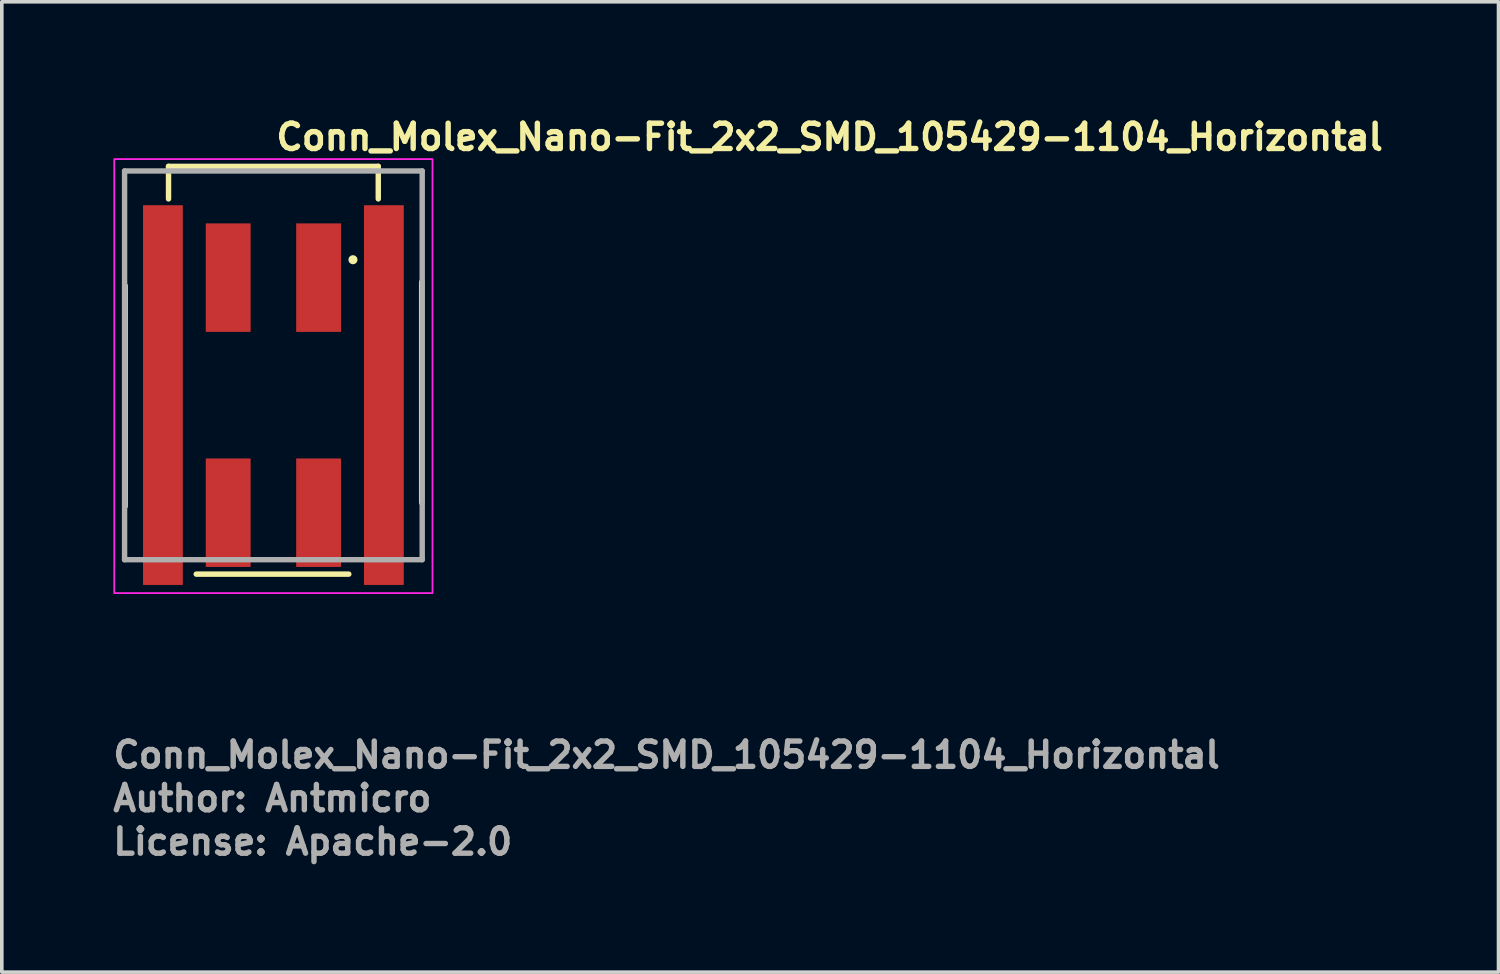
<source format=kicad_pcb>
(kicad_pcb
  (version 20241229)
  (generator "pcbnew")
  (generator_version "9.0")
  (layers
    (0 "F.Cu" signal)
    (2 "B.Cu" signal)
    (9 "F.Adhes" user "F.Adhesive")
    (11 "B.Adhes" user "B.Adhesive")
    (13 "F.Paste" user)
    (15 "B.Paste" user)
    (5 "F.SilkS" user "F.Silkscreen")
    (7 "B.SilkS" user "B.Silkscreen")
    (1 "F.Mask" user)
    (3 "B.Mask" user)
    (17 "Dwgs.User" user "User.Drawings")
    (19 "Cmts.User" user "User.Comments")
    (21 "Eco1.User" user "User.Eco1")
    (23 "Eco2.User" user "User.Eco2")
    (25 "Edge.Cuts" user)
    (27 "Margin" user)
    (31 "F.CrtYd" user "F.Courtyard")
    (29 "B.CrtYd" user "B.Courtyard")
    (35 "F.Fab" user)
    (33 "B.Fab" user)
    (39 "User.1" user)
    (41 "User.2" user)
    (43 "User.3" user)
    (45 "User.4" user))
  (footprint "Conn_Molex_Nano-Fit_2x2_SMD_105429-1104_Horizontal"
    (layer "F.Cu")
    (at 4.51 7.85)
    (property "Reference" "Conn_Molex_Nano-Fit_2x2_SMD_105429-1104_Horizontal" (at 0 -6.7 0) (layer "F.SilkS") (effects (font (size 0.7 0.7) (thickness 0.15)) (justify left bottom)))
    (attr smd)
    (fp_line (start -4.1 3.1) (end -4.1 -3) (stroke (width 0.15) (type solid)) (layer "F.SilkS"))
    (fp_line (start -2.9 -6.3) (end -2.9 -5.4) (stroke (width 0.15) (type solid)) (layer "F.SilkS"))
    (fp_line (start 2.085 4.976) (end -2.134 4.976) (stroke (width 0.15) (type solid)) (layer "F.SilkS"))
    (fp_line (start 2.9 -6.3) (end -2.9 -6.3) (stroke (width 0.15) (type solid)) (layer "F.SilkS"))
    (fp_line (start 2.9 -6.3) (end 2.9 -5.4) (stroke (width 0.15) (type solid)) (layer "F.SilkS"))
    (fp_line (start 4.1 -3.1) (end 4.1 3) (stroke (width 0.15) (type solid)) (layer "F.SilkS"))
    (fp_circle (center 2.2 -3.718) (end 2.25 -3.718) (stroke (width 0.15) (type solid)) (fill yes) (layer "F.SilkS"))
    (fp_rect (start -4.4 -6.5) (end 4.4 5.5) (stroke (width 0.05) (type solid)) (fill no) (layer "F.CrtYd"))
    (fp_line (start -4.115 -6.172) (end 4.115 -6.172) (stroke (width 0.15) (type solid)) (layer "F.Fab"))
    (fp_line (start -4.115 4.577) (end -4.115 -6.172) (stroke (width 0.15) (type solid)) (layer "F.Fab"))
    (fp_line (start 4.115 -6.172) (end 4.115 4.577) (stroke (width 0.15) (type solid)) (layer "F.Fab"))
    (fp_line (start 4.115 4.577) (end -4.115 4.577) (stroke (width 0.15) (type solid)) (layer "F.Fab"))
    (fp_rect (start -4.115 -6.198) (end 4.115 5.251) (stroke (width 0.1) (type solid)) (fill no) (layer "User.5"))
    (fp_line (start -4.115 -2.988) (end -4.115 -1.737) (stroke (width 0.02) (type solid)) (layer "User.9"))
    (fp_line (start -4.115 -1.737) (end -3 -1.737) (stroke (width 0.02) (type solid)) (layer "User.9"))
    (fp_line (start -4.115 1.742) (end -4.115 -1.737) (stroke (width 0.02) (type solid)) (layer "User.9"))
    (fp_line (start -4.115 1.742) (end -3 1.742) (stroke (width 0.02) (type solid)) (layer "User.9"))
    (fp_line (start -4.115 2.992) (end -4.115 1.742) (stroke (width 0.02) (type solid)) (layer "User.9"))
    (fp_line (start -3.605 -5.248) (end -2.799 -5.248) (stroke (width 0.02) (type solid)) (layer "User.9"))
    (fp_line (start -3.605 -2.988) (end -3.605 -5.248) (stroke (width 0.02) (type solid)) (layer "User.9"))
    (fp_line (start -3.605 5.251) (end -3.605 2.992) (stroke (width 0.02) (type solid)) (layer "User.9"))
    (fp_line (start -3.305 -4.548) (end -3.305 -4.348) (stroke (width 0.02) (type solid)) (layer "User.9"))
    (fp_line (start -3.305 -4.548) (end -2.805 -4.548) (stroke (width 0.02) (type solid)) (layer "User.9"))
    (fp_line (start -3.305 -4.348) (end -3.305 -2.988) (stroke (width 0.02) (type solid)) (layer "User.9"))
    (fp_line (start -3.305 2.992) (end -3.305 4.352) (stroke (width 0.02) (type solid)) (layer "User.9"))
    (fp_line (start -3.305 4.352) (end -3.305 4.551) (stroke (width 0.02) (type solid)) (layer "User.9"))
    (fp_line (start -3.305 4.551) (end -2.805 4.551) (stroke (width 0.02) (type solid)) (layer "User.9"))
    (fp_line (start -3 -2.988) (end -4.115 -2.988) (stroke (width 0.02) (type solid)) (layer "User.9"))
    (fp_line (start -3 -2.988) (end -2.799 -2.988) (stroke (width 0.02) (type solid)) (layer "User.9"))
    (fp_line (start -3 -1.737) (end -3 -2.988) (stroke (width 0.02) (type solid)) (layer "User.9"))
    (fp_line (start -3 2.992) (end -4.115 2.992) (stroke (width 0.02) (type solid)) (layer "User.9"))
    (fp_line (start -3 2.992) (end -3 1.742) (stroke (width 0.02) (type solid)) (layer "User.9"))
    (fp_line (start -3 2.992) (end 3 2.992) (stroke (width 0.02) (type solid)) (layer "User.9"))
    (fp_line (start -2.805 -4.548) (end -2.805 -4.348) (stroke (width 0.02) (type solid)) (layer "User.9"))
    (fp_line (start -2.805 -4.348) (end -2.805 -2.988) (stroke (width 0.02) (type solid)) (layer "User.9"))
    (fp_line (start -2.805 2.992) (end -2.805 4.352) (stroke (width 0.02) (type solid)) (layer "User.9"))
    (fp_line (start -2.805 4.352) (end -2.805 4.551) (stroke (width 0.02) (type solid)) (layer "User.9"))
    (fp_line (start -2.799 -6.198) (end -2.799 -4.998) (stroke (width 0.02) (type solid)) (layer "User.9"))
    (fp_line (start -2.799 -6.198) (end 2.799 -6.198) (stroke (width 0.02) (type solid)) (layer "User.9"))
    (fp_line (start -2.799 -4.998) (end -2.799 -3.538) (stroke (width 0.02) (type solid)) (layer "User.9"))
    (fp_line (start -2.799 -4.998) (end -2.3 -4.998) (stroke (width 0.02) (type solid)) (layer "User.9"))
    (fp_line (start -2.799 -3.538) (end -2.799 -2.988) (stroke (width 0.02) (type solid)) (layer "User.9"))
    (fp_line (start -2.799 -3.538) (end -2.3 -3.538) (stroke (width 0.02) (type solid)) (layer "User.9"))
    (fp_line (start -2.505 2.992) (end -2.505 5.251) (stroke (width 0.02) (type solid)) (layer "User.9"))
    (fp_line (start -2.505 5.251) (end -3.605 5.251) (stroke (width 0.02) (type solid)) (layer "User.9"))
    (fp_line (start -2.36 -0.153) (end -2.36 -2.343) (stroke (width 0.02) (type solid)) (layer "User.9"))
    (fp_line (start -2.36 -0.153) (end -0.14 -0.153) (stroke (width 0.02) (type solid)) (layer "User.9"))
    (fp_line (start -2.36 2.347) (end -2.36 0.157) (stroke (width 0.02) (type solid)) (layer "User.9"))
    (fp_line (start -2.3 -3.538) (end -2.3 -4.998) (stroke (width 0.02) (type solid)) (layer "User.9"))
    (fp_line (start -2.3 -2.343) (end -2.36 -2.343) (stroke (width 0.02) (type solid)) (layer "User.9"))
    (fp_line (start -2.3 -2.343) (end -2.3 -3.538) (stroke (width 0.02) (type solid)) (layer "User.9"))
    (fp_line (start -1.87 -4.748) (end -0.63 -4.748) (stroke (width 0.02) (type solid)) (layer "User.9"))
    (fp_line (start -1.87 -2.988) (end -1.87 -4.748) (stroke (width 0.02) (type solid)) (layer "User.9"))
    (fp_line (start -1.87 4.751) (end -1.87 2.992) (stroke (width 0.02) (type solid)) (layer "User.9"))
    (fp_line (start -1.567 -4.248) (end -1.567 -4.047) (stroke (width 0.02) (type solid)) (layer "User.9"))
    (fp_line (start -1.567 -4.248) (end -0.932 -4.248) (stroke (width 0.02) (type solid)) (layer "User.9"))
    (fp_line (start -1.567 -4.047) (end -1.567 -2.988) (stroke (width 0.02) (type solid)) (layer "User.9"))
    (fp_line (start -1.567 -1.57) (end -1.417 -1.37) (stroke (width 0.02) (type solid)) (layer "User.9"))
    (fp_line (start -1.567 -1.57) (end -0.932 -1.57) (stroke (width 0.02) (type solid)) (layer "User.9"))
    (fp_line (start -1.567 -0.93) (end -1.567 -1.57) (stroke (width 0.02) (type solid)) (layer "User.9"))
    (fp_line (start -1.567 -0.93) (end -0.932 -0.93) (stroke (width 0.02) (type solid)) (layer "User.9"))
    (fp_line (start -1.567 0.934) (end -1.417 1.134) (stroke (width 0.02) (type solid)) (layer "User.9"))
    (fp_line (start -1.567 0.934) (end -0.932 0.934) (stroke (width 0.02) (type solid)) (layer "User.9"))
    (fp_line (start -1.567 1.574) (end -1.567 0.934) (stroke (width 0.02) (type solid)) (layer "User.9"))
    (fp_line (start -1.567 1.574) (end -0.932 1.574) (stroke (width 0.02) (type solid)) (layer "User.9"))
    (fp_line (start -1.567 2.992) (end -1.567 4.051) (stroke (width 0.02) (type solid)) (layer "User.9"))
    (fp_line (start -1.567 4.051) (end -1.567 4.252) (stroke (width 0.02) (type solid)) (layer "User.9"))
    (fp_line (start -1.567 4.252) (end -0.932 4.252) (stroke (width 0.02) (type solid)) (layer "User.9"))
    (fp_line (start -1.417 -1.37) (end -1.082 -1.37) (stroke (width 0.02) (type solid)) (layer "User.9"))
    (fp_line (start -1.417 -1.13) (end -1.567 -0.93) (stroke (width 0.02) (type solid)) (layer "User.9"))
    (fp_line (start -1.417 -1.13) (end -1.417 -1.37) (stroke (width 0.02) (type solid)) (layer "User.9"))
    (fp_line (start -1.417 -1.13) (end -1.082 -1.13) (stroke (width 0.02) (type solid)) (layer "User.9"))
    (fp_line (start -1.417 1.134) (end -1.082 1.134) (stroke (width 0.02) (type solid)) (layer "User.9"))
    (fp_line (start -1.417 1.374) (end -1.567 1.574) (stroke (width 0.02) (type solid)) (layer "User.9"))
    (fp_line (start -1.417 1.374) (end -1.417 1.134) (stroke (width 0.02) (type solid)) (layer "User.9"))
    (fp_line (start -1.417 1.374) (end -1.082 1.374) (stroke (width 0.02) (type solid)) (layer "User.9"))
    (fp_line (start -1.33 -2.643) (end 1.33 -2.643) (stroke (width 0.02) (type solid)) (layer "User.9"))
    (fp_line (start -1.33 -2.343) (end -1.33 -2.643) (stroke (width 0.02) (type solid)) (layer "User.9"))
    (fp_line (start -1.082 -1.37) (end -1.082 -1.13) (stroke (width 0.02) (type solid)) (layer "User.9"))
    (fp_line (start -1.082 -1.37) (end -0.932 -1.57) (stroke (width 0.02) (type solid)) (layer "User.9"))
    (fp_line (start -1.082 1.134) (end -1.082 1.374) (stroke (width 0.02) (type solid)) (layer "User.9"))
    (fp_line (start -1.082 1.134) (end -0.932 0.934) (stroke (width 0.02) (type solid)) (layer "User.9"))
    (fp_line (start -0.932 -4.248) (end -0.932 -4.047) (stroke (width 0.02) (type solid)) (layer "User.9"))
    (fp_line (start -0.932 -4.047) (end -0.932 -2.988) (stroke (width 0.02) (type solid)) (layer "User.9"))
    (fp_line (start -0.932 -1.57) (end -0.932 -0.93) (stroke (width 0.02) (type solid)) (layer "User.9"))
    (fp_line (start -0.932 -0.93) (end -1.082 -1.13) (stroke (width 0.02) (type solid)) (layer "User.9"))
    (fp_line (start -0.932 0.934) (end -0.932 1.574) (stroke (width 0.02) (type solid)) (layer "User.9"))
    (fp_line (start -0.932 1.574) (end -1.082 1.374) (stroke (width 0.02) (type solid)) (layer "User.9"))
    (fp_line (start -0.932 2.992) (end -0.932 4.051) (stroke (width 0.02) (type solid)) (layer "User.9"))
    (fp_line (start -0.932 4.051) (end -0.932 4.252) (stroke (width 0.02) (type solid)) (layer "User.9"))
    (fp_line (start -0.63 -4.748) (end -0.63 -2.988) (stroke (width 0.02) (type solid)) (layer "User.9"))
    (fp_line (start -0.63 2.992) (end -0.63 4.751) (stroke (width 0.02) (type solid)) (layer "User.9"))
    (fp_line (start -0.63 4.751) (end -1.87 4.751) (stroke (width 0.02) (type solid)) (layer "User.9"))
    (fp_line (start -0.14 -2.343) (end -1.33 -2.343) (stroke (width 0.02) (type solid)) (layer "User.9"))
    (fp_line (start -0.14 -0.153) (end -0.14 -2.343) (stroke (width 0.02) (type solid)) (layer "User.9"))
    (fp_line (start -0.14 0.157) (end -2.36 0.157) (stroke (width 0.02) (type solid)) (layer "User.9"))
    (fp_line (start -0.14 2.347) (end -2.36 2.347) (stroke (width 0.02) (type solid)) (layer "User.9"))
    (fp_line (start -0.14 2.347) (end -0.14 0.157) (stroke (width 0.02) (type solid)) (layer "User.9"))
    (fp_line (start 0.14 -0.153) (end 0.14 -2.343) (stroke (width 0.02) (type solid)) (layer "User.9"))
    (fp_line (start 0.14 2.347) (end 0.14 0.157) (stroke (width 0.02) (type solid)) (layer "User.9"))
    (fp_line (start 0.63 -4.748) (end 1.87 -4.748) (stroke (width 0.02) (type solid)) (layer "User.9"))
    (fp_line (start 0.63 -2.988) (end 0.63 -4.748) (stroke (width 0.02) (type solid)) (layer "User.9"))
    (fp_line (start 0.63 4.751) (end 0.63 2.992) (stroke (width 0.02) (type solid)) (layer "User.9"))
    (fp_line (start 0.932 -4.248) (end 0.932 -4.047) (stroke (width 0.02) (type solid)) (layer "User.9"))
    (fp_line (start 0.932 -4.248) (end 1.567 -4.248) (stroke (width 0.02) (type solid)) (layer "User.9"))
    (fp_line (start 0.932 -4.047) (end 0.932 -2.988) (stroke (width 0.02) (type solid)) (layer "User.9"))
    (fp_line (start 0.932 -1.57) (end 1.082 -1.37) (stroke (width 0.02) (type solid)) (layer "User.9"))
    (fp_line (start 0.932 -1.57) (end 1.567 -1.57) (stroke (width 0.02) (type solid)) (layer "User.9"))
    (fp_line (start 0.932 -0.93) (end 0.932 -1.57) (stroke (width 0.02) (type solid)) (layer "User.9"))
    (fp_line (start 0.932 -0.93) (end 1.567 -0.93) (stroke (width 0.02) (type solid)) (layer "User.9"))
    (fp_line (start 0.932 0.934) (end 1.082 1.134) (stroke (width 0.02) (type solid)) (layer "User.9"))
    (fp_line (start 0.932 0.934) (end 1.567 0.934) (stroke (width 0.02) (type solid)) (layer "User.9"))
    (fp_line (start 0.932 1.574) (end 0.932 0.934) (stroke (width 0.02) (type solid)) (layer "User.9"))
    (fp_line (start 0.932 1.574) (end 1.567 1.574) (stroke (width 0.02) (type solid)) (layer "User.9"))
    (fp_line (start 0.932 2.992) (end 0.932 4.051) (stroke (width 0.02) (type solid)) (layer "User.9"))
    (fp_line (start 0.932 4.051) (end 0.932 4.252) (stroke (width 0.02) (type solid)) (layer "User.9"))
    (fp_line (start 0.932 4.252) (end 1.567 4.252) (stroke (width 0.02) (type solid)) (layer "User.9"))
    (fp_line (start 1.065 -0.153) (end 0.14 -0.153) (stroke (width 0.02) (type solid)) (layer "User.9"))
    (fp_line (start 1.065 0.157) (end 0.14 0.157) (stroke (width 0.02) (type solid)) (layer "User.9"))
    (fp_line (start 1.065 0.157) (end 1.065 -0.153) (stroke (width 0.02) (type solid)) (layer "User.9"))
    (fp_line (start 1.082 -1.37) (end 1.417 -1.37) (stroke (width 0.02) (type solid)) (layer "User.9"))
    (fp_line (start 1.082 -1.13) (end 0.932 -0.93) (stroke (width 0.02) (type solid)) (layer "User.9"))
    (fp_line (start 1.082 -1.13) (end 1.082 -1.37) (stroke (width 0.02) (type solid)) (layer "User.9"))
    (fp_line (start 1.082 -1.13) (end 1.417 -1.13) (stroke (width 0.02) (type solid)) (layer "User.9"))
    (fp_line (start 1.082 1.134) (end 1.417 1.134) (stroke (width 0.02) (type solid)) (layer "User.9"))
    (fp_line (start 1.082 1.374) (end 0.932 1.574) (stroke (width 0.02) (type solid)) (layer "User.9"))
    (fp_line (start 1.082 1.374) (end 1.082 1.134) (stroke (width 0.02) (type solid)) (layer "User.9"))
    (fp_line (start 1.082 1.374) (end 1.417 1.374) (stroke (width 0.02) (type solid)) (layer "User.9"))
    (fp_line (start 1.33 -2.643) (end 1.33 -2.343) (stroke (width 0.02) (type solid)) (layer "User.9"))
    (fp_line (start 1.33 -2.343) (end 0.14 -2.343) (stroke (width 0.02) (type solid)) (layer "User.9"))
    (fp_line (start 1.417 -1.37) (end 1.417 -1.13) (stroke (width 0.02) (type solid)) (layer "User.9"))
    (fp_line (start 1.417 -1.37) (end 1.567 -1.57) (stroke (width 0.02) (type solid)) (layer "User.9"))
    (fp_line (start 1.417 1.134) (end 1.417 1.374) (stroke (width 0.02) (type solid)) (layer "User.9"))
    (fp_line (start 1.417 1.134) (end 1.567 0.934) (stroke (width 0.02) (type solid)) (layer "User.9"))
    (fp_line (start 1.567 -4.248) (end 1.567 -4.047) (stroke (width 0.02) (type solid)) (layer "User.9"))
    (fp_line (start 1.567 -4.047) (end 1.567 -2.988) (stroke (width 0.02) (type solid)) (layer "User.9"))
    (fp_line (start 1.567 -1.57) (end 1.567 -0.93) (stroke (width 0.02) (type solid)) (layer "User.9"))
    (fp_line (start 1.567 -0.93) (end 1.417 -1.13) (stroke (width 0.02) (type solid)) (layer "User.9"))
    (fp_line (start 1.567 0.934) (end 1.567 1.574) (stroke (width 0.02) (type solid)) (layer "User.9"))
    (fp_line (start 1.567 1.574) (end 1.417 1.374) (stroke (width 0.02) (type solid)) (layer "User.9"))
    (fp_line (start 1.567 2.992) (end 1.567 4.051) (stroke (width 0.02) (type solid)) (layer "User.9"))
    (fp_line (start 1.567 4.051) (end 1.567 4.252) (stroke (width 0.02) (type solid)) (layer "User.9"))
    (fp_line (start 1.665 -0.153) (end 1.065 -0.153) (stroke (width 0.02) (type solid)) (layer "User.9"))
    (fp_line (start 1.665 -0.153) (end 1.665 0.157) (stroke (width 0.02) (type solid)) (layer "User.9"))
    (fp_line (start 1.665 0.157) (end 1.065 0.157) (stroke (width 0.02) (type solid)) (layer "User.9"))
    (fp_line (start 1.87 -4.748) (end 1.87 -2.988) (stroke (width 0.02) (type solid)) (layer "User.9"))
    (fp_line (start 1.87 2.992) (end 1.87 4.751) (stroke (width 0.02) (type solid)) (layer "User.9"))
    (fp_line (start 1.87 4.751) (end 0.63 4.751) (stroke (width 0.02) (type solid)) (layer "User.9"))
    (fp_line (start 2.3 -4.998) (end -2.3 -4.998) (stroke (width 0.02) (type solid)) (layer "User.9"))
    (fp_line (start 2.3 -4.998) (end 2.799 -4.998) (stroke (width 0.02) (type solid)) (layer "User.9"))
    (fp_line (start 2.3 -3.538) (end 2.3 -4.998) (stroke (width 0.02) (type solid)) (layer "User.9"))
    (fp_line (start 2.3 -3.538) (end 2.3 -2.343) (stroke (width 0.02) (type solid)) (layer "User.9"))
    (fp_line (start 2.3 -3.538) (end 2.799 -3.538) (stroke (width 0.02) (type solid)) (layer "User.9"))
    (fp_line (start 2.3 -2.988) (end -2.3 -2.988) (stroke (width 0.02) (type solid)) (layer "User.9"))
    (fp_line (start 2.36 -2.343) (end 2.3 -2.343) (stroke (width 0.02) (type solid)) (layer "User.9"))
    (fp_line (start 2.36 -2.343) (end 2.36 2.347) (stroke (width 0.02) (type solid)) (layer "User.9"))
    (fp_line (start 2.36 -0.153) (end 1.665 -0.153) (stroke (width 0.02) (type solid)) (layer "User.9"))
    (fp_line (start 2.36 0.157) (end 1.665 0.157) (stroke (width 0.02) (type solid)) (layer "User.9"))
    (fp_line (start 2.36 2.347) (end 0.14 2.347) (stroke (width 0.02) (type solid)) (layer "User.9"))
    (fp_line (start 2.505 5.251) (end 2.505 2.992) (stroke (width 0.02) (type solid)) (layer "User.9"))
    (fp_line (start 2.799 -6.198) (end 2.799 -4.998) (stroke (width 0.02) (type solid)) (layer "User.9"))
    (fp_line (start 2.799 -5.248) (end 3.605 -5.248) (stroke (width 0.02) (type solid)) (layer "User.9"))
    (fp_line (start 2.799 -4.998) (end 2.799 -3.538) (stroke (width 0.02) (type solid)) (layer "User.9"))
    (fp_line (start 2.799 -3.538) (end 2.799 -2.988) (stroke (width 0.02) (type solid)) (layer "User.9"))
    (fp_line (start 2.799 -2.988) (end 3 -2.988) (stroke (width 0.02) (type solid)) (layer "User.9"))
    (fp_line (start 2.805 -4.548) (end 2.805 -4.348) (stroke (width 0.02) (type solid)) (layer "User.9"))
    (fp_line (start 2.805 -4.348) (end 2.805 -2.988) (stroke (width 0.02) (type solid)) (layer "User.9"))
    (fp_line (start 2.805 2.992) (end 2.805 4.352) (stroke (width 0.02) (type solid)) (layer "User.9"))
    (fp_line (start 2.805 4.352) (end 2.805 4.551) (stroke (width 0.02) (type solid)) (layer "User.9"))
    (fp_line (start 3 -1.737) (end 3 -2.988) (stroke (width 0.02) (type solid)) (layer "User.9"))
    (fp_line (start 3 -1.737) (end 4.115 -1.737) (stroke (width 0.02) (type solid)) (layer "User.9"))
    (fp_line (start 3 1.742) (end 4.115 1.742) (stroke (width 0.02) (type solid)) (layer "User.9"))
    (fp_line (start 3 2.992) (end 3 1.742) (stroke (width 0.02) (type solid)) (layer "User.9"))
    (fp_line (start 3.305 -4.548) (end 2.805 -4.548) (stroke (width 0.02) (type solid)) (layer "User.9"))
    (fp_line (start 3.305 -4.548) (end 3.305 -4.348) (stroke (width 0.02) (type solid)) (layer "User.9"))
    (fp_line (start 3.305 -4.348) (end 3.305 -2.988) (stroke (width 0.02) (type solid)) (layer "User.9"))
    (fp_line (start 3.305 2.992) (end 3.305 4.352) (stroke (width 0.02) (type solid)) (layer "User.9"))
    (fp_line (start 3.305 4.352) (end 3.305 4.551) (stroke (width 0.02) (type solid)) (layer "User.9"))
    (fp_line (start 3.305 4.551) (end 2.805 4.551) (stroke (width 0.02) (type solid)) (layer "User.9"))
    (fp_line (start 3.605 -5.248) (end 3.605 -2.988) (stroke (width 0.02) (type solid)) (layer "User.9"))
    (fp_line (start 3.605 2.992) (end 3.605 5.251) (stroke (width 0.02) (type solid)) (layer "User.9"))
    (fp_line (start 3.605 5.251) (end 2.505 5.251) (stroke (width 0.02) (type solid)) (layer "User.9"))
    (fp_line (start 4.115 -2.988) (end 3 -2.988) (stroke (width 0.02) (type solid)) (layer "User.9"))
    (fp_line (start 4.115 -2.988) (end 4.115 -1.737) (stroke (width 0.02) (type solid)) (layer "User.9"))
    (fp_line (start 4.115 1.742) (end 4.115 -1.737) (stroke (width 0.02) (type solid)) (layer "User.9"))
    (fp_line (start 4.115 2.992) (end 3 2.992) (stroke (width 0.02) (type solid)) (layer "User.9"))
    (fp_line (start 4.115 2.992) (end 4.115 1.742) (stroke (width 0.02) (type solid)) (layer "User.9"))
    (fp_text user "Author: Antmicro" (at -4.51 11.585 0) (layer "F.Fab") (effects (font (size 0.7 0.7) (thickness 0.15)) (justify left bottom)))
    (fp_text user "${REFERENCE}" (at -4.51 10.385 0) (layer "F.Fab") (effects (font (size 0.7 0.7) (thickness 0.15)) (justify left bottom)))
    (fp_text user "License: Apache-2.0" (at -4.51 12.785 0) (layer "F.Fab") (effects (font (size 0.7 0.7) (thickness 0.15)) (justify left bottom)))
    (pad "1" smd rect (at 1.25 -3.223) (size 1.24 3) (layers "F.Cu" "F.Mask" "F.Paste"))
    (pad "2" smd rect (at -1.25 -3.223) (size 1.24 3) (layers "F.Cu" "F.Mask" "F.Paste"))
    (pad "3" smd rect (at 1.25 3.277) (size 1.24 3) (layers "F.Cu" "F.Mask" "F.Paste"))
    (pad "4" smd rect (at -1.25 3.277) (size 1.24 3) (layers "F.Cu" "F.Mask" "F.Paste"))
    (pad "SH" smd rect (at -3.055 0.025) (size 1.1 10.5) (layers "F.Cu" "F.Mask" "F.Paste"))
    (pad "SH" smd rect (at 3.055 0.025) (size 1.1 10.5) (layers "F.Cu" "F.Mask" "F.Paste")))
  (gr_rect
    (start -3 -3)
    (end 38.387 23.831)
    (stroke (width 0.1) (type default))
    (fill no)
    (layer "Edge.Cuts")))
</source>
